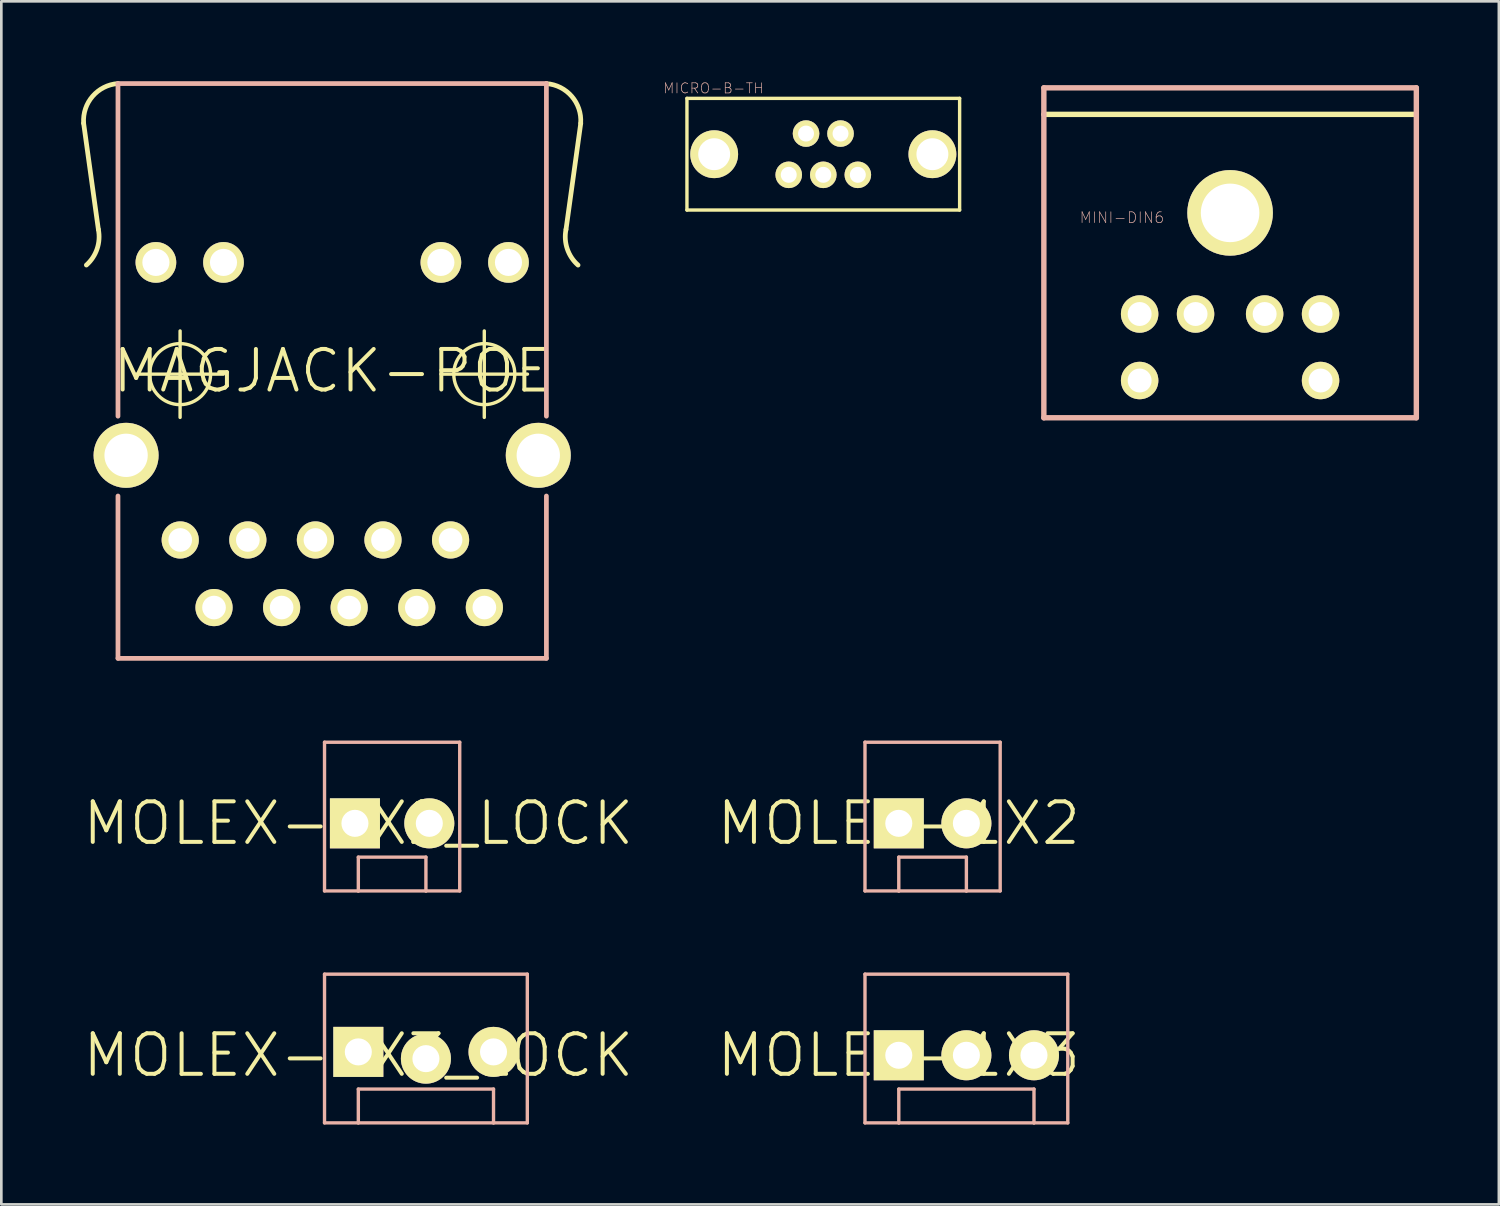
<source format=kicad_pcb>
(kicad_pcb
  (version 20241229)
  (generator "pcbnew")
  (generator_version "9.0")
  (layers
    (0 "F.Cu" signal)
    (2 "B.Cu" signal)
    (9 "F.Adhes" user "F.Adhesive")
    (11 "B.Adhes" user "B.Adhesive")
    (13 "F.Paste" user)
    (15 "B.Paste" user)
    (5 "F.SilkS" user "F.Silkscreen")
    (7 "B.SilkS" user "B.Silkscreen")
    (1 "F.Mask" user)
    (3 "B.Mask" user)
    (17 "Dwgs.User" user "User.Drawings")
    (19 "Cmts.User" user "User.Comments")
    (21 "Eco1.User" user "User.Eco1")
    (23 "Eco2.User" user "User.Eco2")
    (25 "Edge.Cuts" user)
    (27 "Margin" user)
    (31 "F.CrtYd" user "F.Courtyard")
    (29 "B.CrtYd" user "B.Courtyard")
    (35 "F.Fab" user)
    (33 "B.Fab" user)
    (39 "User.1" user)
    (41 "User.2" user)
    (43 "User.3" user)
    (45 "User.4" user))
  (footprint "MICRO-B-TH"
    (layer "F.Cu")
    (at 27.885 2.744)
    (property "Reference" "MICRO-B-TH" (at -4.128 -2.477 0) (layer "B.SilkS") (effects (font (size 0.381 0.381) (thickness 0.025))))
    (attr exclude_from_pos_files exclude_from_bom)
    (fp_line (start -5.123 -2.098) (end 5.123 -2.098) (stroke (width 0.127) (type solid)) (layer "F.SilkS"))
    (fp_line (start -5.123 2.098) (end -5.123 -2.098) (stroke (width 0.127) (type solid)) (layer "F.SilkS"))
    (fp_line (start -5.123 2.098) (end 5.123 2.098) (stroke (width 0.127) (type solid)) (layer "F.SilkS"))
    (fp_line (start 5.123 2.098) (end 5.123 -2.098) (stroke (width 0.127) (type solid)) (layer "F.SilkS"))
    (pad "1" thru_hole circle (at -1.298 0.775) (size 0.998 0.998) (drill 0.599) (layers "*.Cu" "F.Mask" "F.SilkS" "F.Paste"))
    (pad "2" thru_hole circle (at -0.648 -0.775) (size 0.998 0.998) (drill 0.599) (layers "*.Cu" "F.Mask" "F.SilkS" "F.Paste"))
    (pad "3" thru_hole circle (at 0 0.775) (size 0.998 0.998) (drill 0.599) (layers "*.Cu" "F.Mask" "F.SilkS" "F.Paste"))
    (pad "4" thru_hole circle (at 0.648 -0.775) (size 0.998 0.998) (drill 0.599) (layers "*.Cu" "F.Mask" "F.SilkS" "F.Paste"))
    (pad "5" thru_hole circle (at 1.298 0.775) (size 0.998 0.998) (drill 0.599) (layers "*.Cu" "F.Mask" "F.SilkS" "F.Paste"))
    (pad "P$1" thru_hole circle (at -4.1 0) (size 1.798 1.798) (drill 1.199) (layers "*.Cu" "F.Mask" "F.SilkS" "F.Paste"))
    (pad "P$2" thru_hole circle (at 4.1 0) (size 1.798 1.798) (drill 1.199) (layers "*.Cu" "F.Mask" "F.SilkS" "F.Paste")))
  (footprint "MOLEX-1X2_LOCK"
    (layer "F.Cu")
    (at 10.414 27.887)
    (property "Reference" "MOLEX-1X2_LOCK" (at 0 0 0) (layer "F.SilkS") (effects (font (size 1.524 1.524) (thickness 0.15))))
    (attr exclude_from_pos_files exclude_from_bom)
    (fp_line (start -0.292 -0.292) (end 0.292 -0.292) (stroke (width 0.066) (type solid)) (layer "F.SilkS"))
    (fp_line (start -0.292 0.292) (end -0.292 -0.292) (stroke (width 0.066) (type solid)) (layer "F.SilkS"))
    (fp_line (start -0.292 0.292) (end 0.292 0.292) (stroke (width 0.066) (type solid)) (layer "F.SilkS"))
    (fp_line (start 0.292 0.292) (end 0.292 -0.292) (stroke (width 0.066) (type solid)) (layer "F.SilkS"))
    (fp_line (start 2.248 -0.292) (end 2.832 -0.292) (stroke (width 0.066) (type solid)) (layer "F.SilkS"))
    (fp_line (start 2.248 0.292) (end 2.248 -0.292) (stroke (width 0.066) (type solid)) (layer "F.SilkS"))
    (fp_line (start 2.248 0.292) (end 2.832 0.292) (stroke (width 0.066) (type solid)) (layer "F.SilkS"))
    (fp_line (start 2.832 0.292) (end 2.832 -0.292) (stroke (width 0.066) (type solid)) (layer "F.SilkS"))
    (fp_line (start -1.27 -3.048) (end -1.27 2.54) (stroke (width 0.127) (type solid)) (layer "B.SilkS"))
    (fp_line (start 0 1.27) (end 2.54 1.27) (stroke (width 0.127) (type solid)) (layer "B.SilkS"))
    (fp_line (start 0 2.54) (end -1.27 2.54) (stroke (width 0.127) (type solid)) (layer "B.SilkS"))
    (fp_line (start 0 2.54) (end 0 1.27) (stroke (width 0.127) (type solid)) (layer "B.SilkS"))
    (fp_line (start 2.54 1.27) (end 2.54 2.54) (stroke (width 0.127) (type solid)) (layer "B.SilkS"))
    (fp_line (start 2.54 2.54) (end 0 2.54) (stroke (width 0.127) (type solid)) (layer "B.SilkS"))
    (fp_line (start 3.81 -3.048) (end -1.27 -3.048) (stroke (width 0.127) (type solid)) (layer "B.SilkS"))
    (fp_line (start 3.81 -3.048) (end 3.81 2.54) (stroke (width 0.127) (type solid)) (layer "B.SilkS"))
    (fp_line (start 3.81 2.54) (end 2.54 2.54) (stroke (width 0.127) (type solid)) (layer "B.SilkS"))
    (pad "1" thru_hole rect (at -0.127 0) (size 1.88 1.88) (drill 1.016) (layers "*.Cu" "F.Mask" "F.SilkS" "F.Paste"))
    (pad "2" thru_hole circle (at 2.667 0) (size 1.88 1.88) (drill 1.016) (layers "*.Cu" "F.Mask" "F.SilkS" "F.Paste")))
  (footprint "MINI-DIN6"
    (layer "F.Cu")
    (at 43.171 0.25)
    (property "Reference" "MINI-DIN6" (at -4.064 4.877 0) (layer "B.SilkS") (effects (font (size 0.406 0.406) (thickness 0.025))))
    (attr exclude_from_pos_files exclude_from_bom)
    (fp_line (start -6.998 0.998) (end 6.998 0.998) (stroke (width 0.203) (type solid)) (layer "F.SilkS"))
    (fp_line (start -6.998 0) (end -6.998 12.398) (stroke (width 0.203) (type solid)) (layer "B.SilkS"))
    (fp_line (start -6.998 0) (end 6.998 0) (stroke (width 0.203) (type solid)) (layer "B.SilkS"))
    (fp_line (start -6.998 12.398) (end 6.998 12.398) (stroke (width 0.203) (type solid)) (layer "B.SilkS"))
    (fp_line (start 6.998 0) (end 6.998 12.398) (stroke (width 0.203) (type solid)) (layer "B.SilkS"))
    (pad "1" thru_hole circle (at -1.298 8.499) (size 1.407 1.407) (drill 0.899) (layers "*.Cu" "F.Mask" "F.SilkS" "F.Paste"))
    (pad "2" thru_hole circle (at 1.298 8.499) (size 1.407 1.407) (drill 0.899) (layers "*.Cu" "F.Mask" "F.SilkS" "F.Paste"))
    (pad "3" thru_hole circle (at -3.399 8.499) (size 1.407 1.407) (drill 0.899) (layers "*.Cu" "F.Mask" "F.SilkS" "F.Paste"))
    (pad "4" thru_hole circle (at 3.399 8.499) (size 1.407 1.407) (drill 0.899) (layers "*.Cu" "F.Mask" "F.SilkS" "F.Paste"))
    (pad "5" thru_hole circle (at -3.399 10.998) (size 1.407 1.407) (drill 0.899) (layers "*.Cu" "F.Mask" "F.SilkS" "F.Paste"))
    (pad "6" thru_hole circle (at 3.399 10.998) (size 1.407 1.407) (drill 0.899) (layers "*.Cu" "F.Mask" "F.SilkS" "F.Paste"))
    (pad "P$1" thru_hole circle (at 0 4.699) (size 3.216 3.216) (drill 2.2) (layers "*.Cu" "F.Mask" "F.SilkS" "F.Paste")))
  (footprint "MOLEX-1X2"
    (layer "F.Cu")
    (at 30.722 27.887)
    (property "Reference" "MOLEX-1X2" (at 0 0 0) (layer "F.SilkS") (effects (font (size 1.524 1.524) (thickness 0.15))))
    (attr exclude_from_pos_files exclude_from_bom)
    (fp_line (start -1.27 -3.048) (end -1.27 2.54) (stroke (width 0.127) (type solid)) (layer "B.SilkS"))
    (fp_line (start 0 1.27) (end 2.54 1.27) (stroke (width 0.127) (type solid)) (layer "B.SilkS"))
    (fp_line (start 0 2.54) (end -1.27 2.54) (stroke (width 0.127) (type solid)) (layer "B.SilkS"))
    (fp_line (start 0 2.54) (end 0 1.27) (stroke (width 0.127) (type solid)) (layer "B.SilkS"))
    (fp_line (start 2.54 1.27) (end 2.54 2.54) (stroke (width 0.127) (type solid)) (layer "B.SilkS"))
    (fp_line (start 2.54 2.54) (end 0 2.54) (stroke (width 0.127) (type solid)) (layer "B.SilkS"))
    (fp_line (start 3.81 -3.048) (end -1.27 -3.048) (stroke (width 0.127) (type solid)) (layer "B.SilkS"))
    (fp_line (start 3.81 -3.048) (end 3.81 2.54) (stroke (width 0.127) (type solid)) (layer "B.SilkS"))
    (fp_line (start 3.81 2.54) (end 2.54 2.54) (stroke (width 0.127) (type solid)) (layer "B.SilkS"))
    (pad "1" thru_hole rect (at 0 0) (size 1.88 1.88) (drill 1.016) (layers "*.Cu" "F.Mask" "F.SilkS" "F.Paste"))
    (pad "2" thru_hole circle (at 2.54 0) (size 1.88 1.88) (drill 1.016) (layers "*.Cu" "F.Mask" "F.SilkS" "F.Paste")))
  (footprint "MOLEX-1X3"
    (layer "F.Cu")
    (at 30.722 36.602)
    (property "Reference" "MOLEX-1X3" (at 0 0 0) (layer "F.SilkS") (effects (font (size 1.524 1.524) (thickness 0.15))))
    (attr exclude_from_pos_files exclude_from_bom)
    (fp_line (start -1.27 -3.048) (end -1.27 2.54) (stroke (width 0.127) (type solid)) (layer "B.SilkS"))
    (fp_line (start 0 1.27) (end 5.08 1.27) (stroke (width 0.127) (type solid)) (layer "B.SilkS"))
    (fp_line (start 0 2.54) (end -1.27 2.54) (stroke (width 0.127) (type solid)) (layer "B.SilkS"))
    (fp_line (start 0 2.54) (end 0 1.27) (stroke (width 0.127) (type solid)) (layer "B.SilkS"))
    (fp_line (start 5.08 1.27) (end 5.08 2.54) (stroke (width 0.127) (type solid)) (layer "B.SilkS"))
    (fp_line (start 5.08 2.54) (end 0 2.54) (stroke (width 0.127) (type solid)) (layer "B.SilkS"))
    (fp_line (start 6.35 -3.048) (end -1.27 -3.048) (stroke (width 0.127) (type solid)) (layer "B.SilkS"))
    (fp_line (start 6.35 -3.048) (end 6.35 2.54) (stroke (width 0.127) (type solid)) (layer "B.SilkS"))
    (fp_line (start 6.35 2.54) (end 5.08 2.54) (stroke (width 0.127) (type solid)) (layer "B.SilkS"))
    (pad "1" thru_hole rect (at 0 0) (size 1.88 1.88) (drill 1.016) (layers "*.Cu" "F.Mask" "F.SilkS" "F.Paste"))
    (pad "2" thru_hole circle (at 2.54 0) (size 1.88 1.88) (drill 1.016) (layers "*.Cu" "F.Mask" "F.SilkS" "F.Paste"))
    (pad "3" thru_hole circle (at 5.08 0) (size 1.88 1.88) (drill 1.016) (layers "*.Cu" "F.Mask" "F.SilkS" "F.Paste")))
  (footprint "MOLEX-1X3_LOCK"
    (layer "F.Cu")
    (at 10.414 36.602)
    (property "Reference" "MOLEX-1X3_LOCK" (at 0 0 0) (layer "F.SilkS") (effects (font (size 1.524 1.524) (thickness 0.15))))
    (attr exclude_from_pos_files exclude_from_bom)
    (fp_line (start -0.292 -0.292) (end 0.292 -0.292) (stroke (width 0.066) (type solid)) (layer "F.SilkS"))
    (fp_line (start -0.292 0.292) (end -0.292 -0.292) (stroke (width 0.066) (type solid)) (layer "F.SilkS"))
    (fp_line (start -0.292 0.292) (end 0.292 0.292) (stroke (width 0.066) (type solid)) (layer "F.SilkS"))
    (fp_line (start 0.292 0.292) (end 0.292 -0.292) (stroke (width 0.066) (type solid)) (layer "F.SilkS"))
    (fp_line (start 2.248 -0.292) (end 2.832 -0.292) (stroke (width 0.066) (type solid)) (layer "F.SilkS"))
    (fp_line (start 2.248 0.292) (end 2.248 -0.292) (stroke (width 0.066) (type solid)) (layer "F.SilkS"))
    (fp_line (start 2.248 0.292) (end 2.832 0.292) (stroke (width 0.066) (type solid)) (layer "F.SilkS"))
    (fp_line (start 2.832 0.292) (end 2.832 -0.292) (stroke (width 0.066) (type solid)) (layer "F.SilkS"))
    (fp_line (start 4.788 -0.292) (end 5.372 -0.292) (stroke (width 0.066) (type solid)) (layer "F.SilkS"))
    (fp_line (start 4.788 0.292) (end 4.788 -0.292) (stroke (width 0.066) (type solid)) (layer "F.SilkS"))
    (fp_line (start 4.788 0.292) (end 5.372 0.292) (stroke (width 0.066) (type solid)) (layer "F.SilkS"))
    (fp_line (start 5.372 0.292) (end 5.372 -0.292) (stroke (width 0.066) (type solid)) (layer "F.SilkS"))
    (fp_line (start -1.27 -3.048) (end -1.27 2.54) (stroke (width 0.127) (type solid)) (layer "B.SilkS"))
    (fp_line (start 0 1.27) (end 5.08 1.27) (stroke (width 0.127) (type solid)) (layer "B.SilkS"))
    (fp_line (start 0 2.54) (end -1.27 2.54) (stroke (width 0.127) (type solid)) (layer "B.SilkS"))
    (fp_line (start 0 2.54) (end 0 1.27) (stroke (width 0.127) (type solid)) (layer "B.SilkS"))
    (fp_line (start 5.08 1.27) (end 5.08 2.54) (stroke (width 0.127) (type solid)) (layer "B.SilkS"))
    (fp_line (start 5.08 2.54) (end 0 2.54) (stroke (width 0.127) (type solid)) (layer "B.SilkS"))
    (fp_line (start 6.35 -3.048) (end -1.27 -3.048) (stroke (width 0.127) (type solid)) (layer "B.SilkS"))
    (fp_line (start 6.35 -3.048) (end 6.35 2.54) (stroke (width 0.127) (type solid)) (layer "B.SilkS"))
    (fp_line (start 6.35 2.54) (end 5.08 2.54) (stroke (width 0.127) (type solid)) (layer "B.SilkS"))
    (pad "1" thru_hole rect (at 0 -0.127) (size 1.88 1.88) (drill 1.016) (layers "*.Cu" "F.Mask" "F.SilkS" "F.Paste"))
    (pad "2" thru_hole circle (at 2.54 0.127) (size 1.88 1.88) (drill 1.016) (layers "*.Cu" "F.Mask" "F.SilkS" "F.Paste"))
    (pad "3" thru_hole circle (at 5.08 -0.127) (size 1.88 1.88) (drill 1.016) (layers "*.Cu" "F.Mask" "F.SilkS" "F.Paste")))
  (footprint "MAGJACK-POE"
    (layer "F.Cu")
    (at 9.432 10.889)
    (property "Reference" "MAGJACK-POE" (at 0 0 0) (layer "F.SilkS") (effects (font (size 1.524 1.524) (thickness 0.15))))
    (attr exclude_from_pos_files exclude_from_bom)
    (fp_line (start -8.786 -5.319) (end -9.34 -9.309) (stroke (width 0.178) (type solid)) (layer "F.SilkS"))
    (fp_line (start -7.338 0.119) (end -4.089 0.119) (stroke (width 0.127) (type solid)) (layer "F.SilkS"))
    (fp_line (start -5.715 1.745) (end -5.715 -1.504) (stroke (width 0.127) (type solid)) (layer "F.SilkS"))
    (fp_line (start 4.089 0.119) (end 7.338 0.119) (stroke (width 0.127) (type solid)) (layer "F.SilkS"))
    (fp_line (start 5.715 1.745) (end 5.715 -1.504) (stroke (width 0.127) (type solid)) (layer "F.SilkS"))
    (fp_line (start 8.786 -5.319) (end 9.34 -9.309) (stroke (width 0.178) (type solid)) (layer "F.SilkS"))
    (fp_arc (start -9.33958 -9.3091) (mid -9.002739 -10.32143) (end -8.049149 -10.799905) (stroke (width 0.1778) (type solid)) (layer "F.SilkS"))
    (fp_arc (start -8.78586 -5.31876) (mid -8.832722 -4.589228) (end -9.236478 -3.979806) (stroke (width 0.1778) (type solid)) (layer "F.SilkS"))
    (fp_arc (start 8.04926 -10.79754) (mid 9.001147 -10.319678) (end 9.337215 -9.308985) (stroke (width 0.1778) (type solid)) (layer "F.SilkS"))
    (fp_arc (start 9.23798 -3.97764) (mid 8.832947 -4.586602) (end 8.784748 -5.316371) (stroke (width 0.1778) (type solid)) (layer "F.SilkS"))
    (fp_circle (center -5.715 0.119) (end -6.525 0.93) (stroke (width 0.127) (type solid)) (fill no) (layer "F.SilkS"))
    (fp_circle (center 5.715 0.119) (end 6.525 0.93) (stroke (width 0.127) (type solid)) (fill no) (layer "F.SilkS"))
    (fp_line (start -8.049 -10.798) (end 8.049 -10.798) (stroke (width 0.178) (type solid)) (layer "B.SilkS"))
    (fp_line (start -8.049 1.699) (end -8.049 -10.798) (stroke (width 0.178) (type solid)) (layer "B.SilkS"))
    (fp_line (start -8.049 10.798) (end -8.049 4.699) (stroke (width 0.178) (type solid)) (layer "B.SilkS"))
    (fp_line (start 8.049 -10.798) (end 8.049 1.699) (stroke (width 0.178) (type solid)) (layer "B.SilkS"))
    (fp_line (start 8.049 10.798) (end -8.049 10.798) (stroke (width 0.178) (type solid)) (layer "B.SilkS"))
    (fp_line (start 8.049 10.798) (end 8.049 4.699) (stroke (width 0.178) (type solid)) (layer "B.SilkS"))
    (pad "1" thru_hole circle (at 5.718 8.89) (size 1.397 1.397) (drill 0.889) (layers "*.Cu" "F.Mask" "F.SilkS" "F.Paste"))
    (pad "2" thru_hole circle (at 4.448 6.35) (size 1.397 1.397) (drill 0.889) (layers "*.Cu" "F.Mask" "F.SilkS" "F.Paste"))
    (pad "3" thru_hole circle (at 3.178 8.89) (size 1.397 1.397) (drill 0.889) (layers "*.Cu" "F.Mask" "F.SilkS" "F.Paste"))
    (pad "4" thru_hole circle (at 1.908 6.35) (size 1.397 1.397) (drill 0.889) (layers "*.Cu" "F.Mask" "F.SilkS" "F.Paste"))
    (pad "5" thru_hole circle (at 0.638 8.89) (size 1.397 1.397) (drill 0.889) (layers "*.Cu" "F.Mask" "F.SilkS" "F.Paste"))
    (pad "6" thru_hole circle (at -0.63 6.35) (size 1.397 1.397) (drill 0.889) (layers "*.Cu" "F.Mask" "F.SilkS" "F.Paste"))
    (pad "7" thru_hole circle (at -1.9 8.89) (size 1.397 1.397) (drill 0.889) (layers "*.Cu" "F.Mask" "F.SilkS" "F.Paste"))
    (pad "8" thru_hole circle (at -3.17 6.35) (size 1.397 1.397) (drill 0.889) (layers "*.Cu" "F.Mask" "F.SilkS" "F.Paste"))
    (pad "9" thru_hole circle (at -4.44 8.89) (size 1.397 1.397) (drill 0.889) (layers "*.Cu" "F.Mask" "F.SilkS" "F.Paste"))
    (pad "10" thru_hole circle (at -5.71 6.35) (size 1.397 1.397) (drill 0.889) (layers "*.Cu" "F.Mask" "F.SilkS" "F.Paste"))
    (pad "11" thru_hole circle (at 6.624 -4.079) (size 1.529 1.529) (drill 1.019) (layers "*.Cu" "F.Mask" "F.SilkS" "F.Paste"))
    (pad "12" thru_hole circle (at 4.084 -4.079) (size 1.529 1.529) (drill 1.019) (layers "*.Cu" "F.Mask" "F.SilkS" "F.Paste"))
    (pad "13" thru_hole circle (at -4.084 -4.079) (size 1.529 1.529) (drill 1.019) (layers "*.Cu" "F.Mask" "F.SilkS" "F.Paste"))
    (pad "14" thru_hole circle (at -6.624 -4.079) (size 1.529 1.529) (drill 1.019) (layers "*.Cu" "F.Mask" "F.SilkS" "F.Paste"))
    (pad "GND0" thru_hole circle (at -7.744 3.17) (size 2.443 2.443) (drill 1.628) (layers "*.Cu" "F.Mask" "F.SilkS" "F.Paste"))
    (pad "GND1" thru_hole circle (at 7.744 3.17) (size 2.443 2.443) (drill 1.628) (layers "*.Cu" "F.Mask" "F.SilkS" "F.Paste")))
  (gr_rect
    (start -3 -3)
    (end 53.27 42.205)
    (stroke (width 0.1) (type default))
    (fill no)
    (layer "Edge.Cuts")))
</source>
